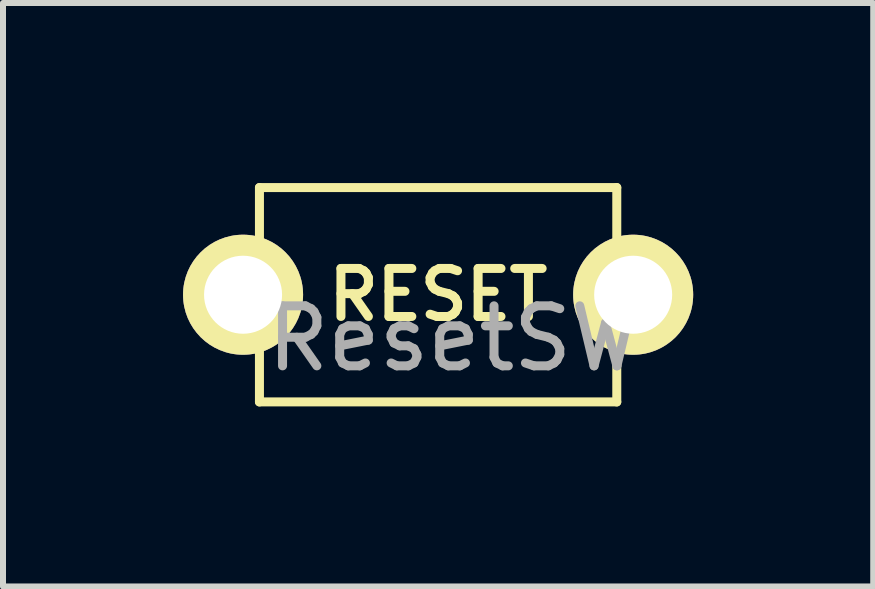
<source format=kicad_pcb>
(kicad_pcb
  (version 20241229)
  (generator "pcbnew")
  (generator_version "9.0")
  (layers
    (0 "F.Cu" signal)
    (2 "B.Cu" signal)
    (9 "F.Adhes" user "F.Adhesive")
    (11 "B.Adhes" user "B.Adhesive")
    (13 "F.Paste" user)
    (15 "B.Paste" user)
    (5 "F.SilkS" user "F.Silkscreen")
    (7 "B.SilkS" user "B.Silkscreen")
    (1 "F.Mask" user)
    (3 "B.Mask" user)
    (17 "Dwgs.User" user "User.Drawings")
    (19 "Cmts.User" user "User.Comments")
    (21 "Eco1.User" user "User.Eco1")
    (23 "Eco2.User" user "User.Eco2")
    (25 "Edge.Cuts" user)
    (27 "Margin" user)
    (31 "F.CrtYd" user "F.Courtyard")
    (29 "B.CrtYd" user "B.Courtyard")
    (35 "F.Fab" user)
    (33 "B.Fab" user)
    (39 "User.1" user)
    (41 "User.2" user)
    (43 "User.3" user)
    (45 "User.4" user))
  (footprint "ResetSW"
    (layer "F.Cu")
    (at 4.25 1.861)
    (property "Reference" "ResetSW" (at 0.265 0.73 0) (layer "F.Fab") (effects (font (size 1 1) (thickness 0.15))))
    (attr through_hole)
    (fp_line (start -2.977 -1.786) (end 2.977 -1.786) (stroke (width 0.15) (type solid)) (layer "F.SilkS"))
    (fp_line (start -2.977 1.786) (end -2.977 -1.786) (stroke (width 0.15) (type solid)) (layer "F.SilkS"))
    (fp_line (start 2.977 -1.786) (end 2.977 1.786) (stroke (width 0.15) (type solid)) (layer "F.SilkS"))
    (fp_line (start 2.977 1.786) (end -2.977 1.786) (stroke (width 0.15) (type solid)) (layer "F.SilkS"))
    (fp_text user "RESET" (at 0 0 0) (layer "F.SilkS") (effects (font (size 0.8 0.8) (thickness 0.15))))
    (pad "1" thru_hole circle (at 3.25 0) (size 2 2) (drill 1.3) (layers "*.Cu" "*.Mask" "F.SilkS"))
    (pad "2" thru_hole circle (at -3.25 0) (size 2 2) (drill 1.3) (layers "*.Cu" "*.Mask" "F.SilkS")))
  (gr_rect
    (start -3 -3)
    (end 11.5 6.722)
    (stroke (width 0.1) (type default))
    (fill no)
    (layer "Edge.Cuts")))
</source>
